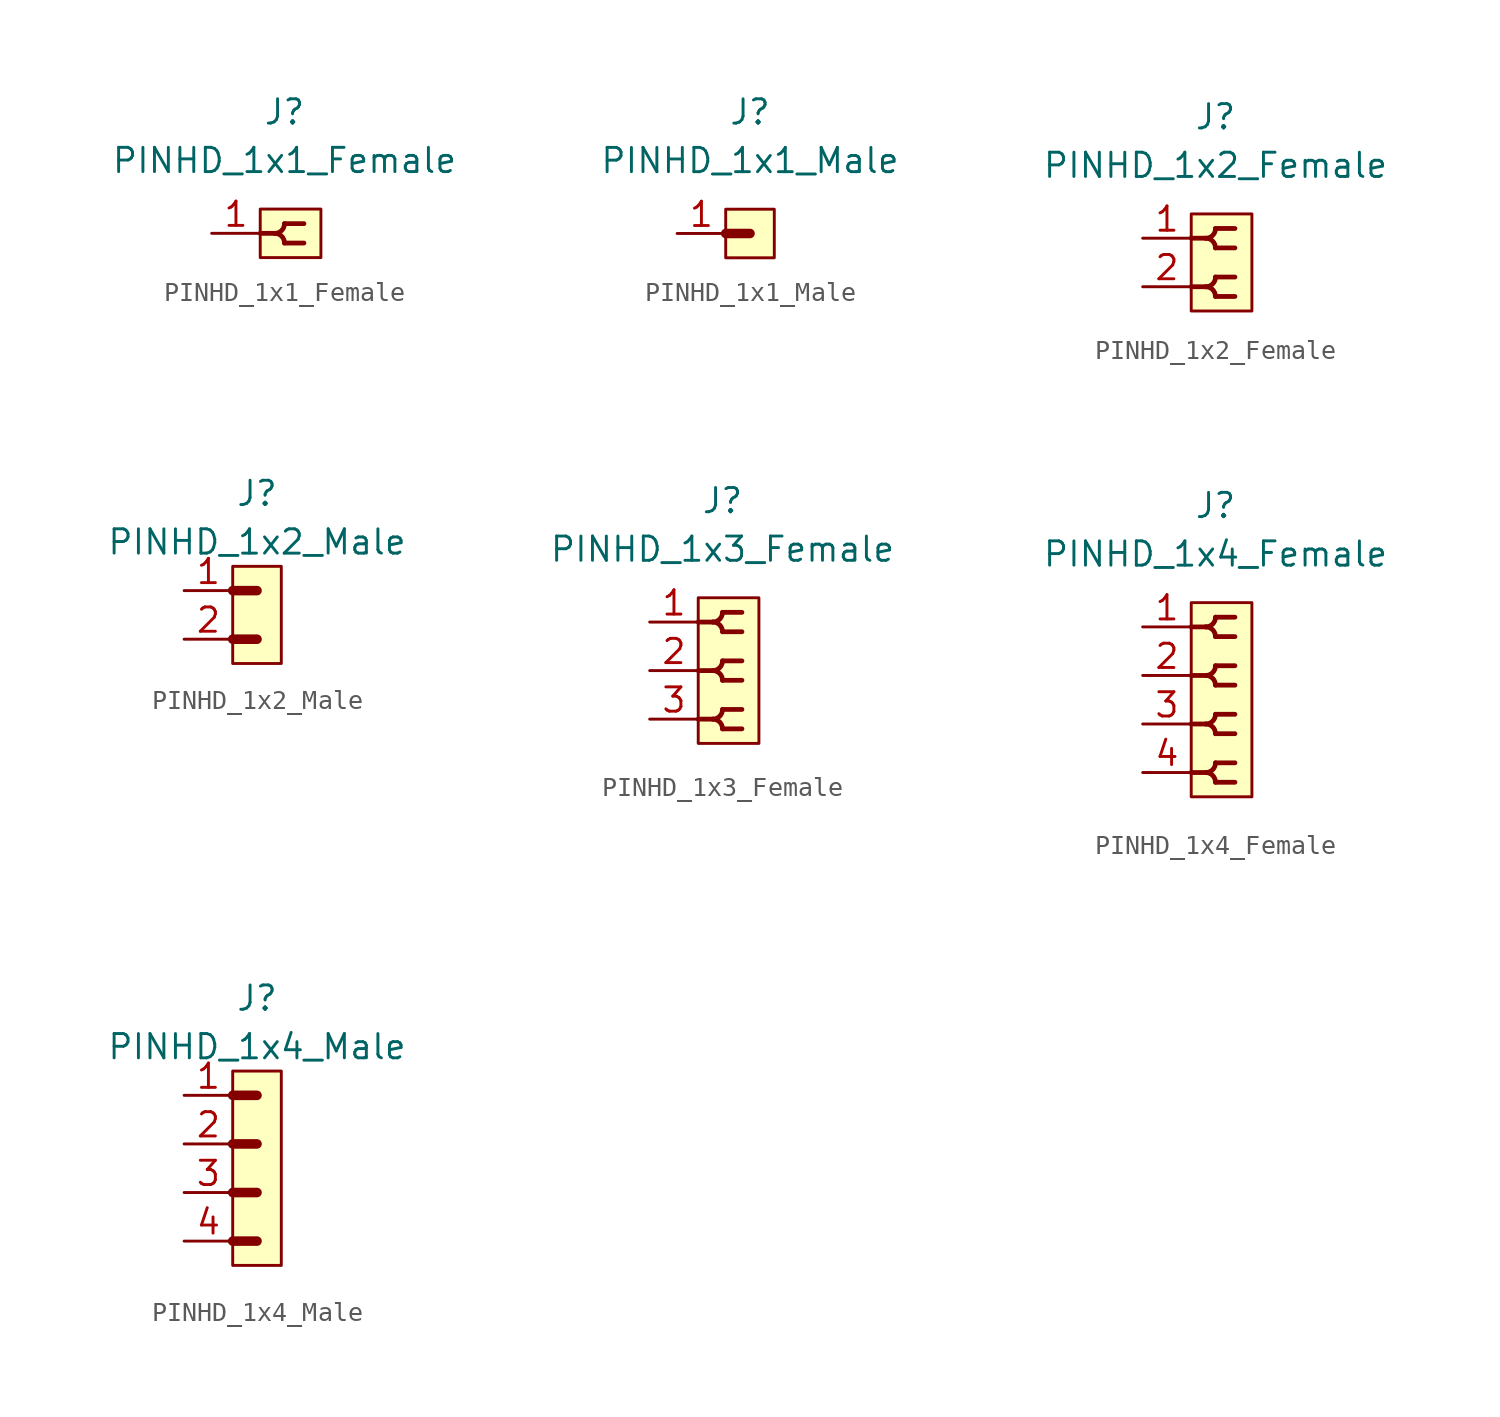
<source format=kicad_sym>
(kicad_symbol_lib
  (version 20211014)
  (generator kicad_symbol_editor)
  (symbol "PINHD_1x1_Female"
    (property "Reference" "J"
      (at 0 6.35 0)
      (effects (font (size 1.27 1.27))))
    (property "Value" "PINHD_1x1_Female"
      (at 0 3.81 0)
      (effects (font (size 1.27 1.27))))
    (symbol "PINHD_1x1_Female_0_1"
      (rectangle (start -1.27 1.27) (end 1.905 -1.27) (stroke (width 0) (type default) (color 0 0 0 0)) (fill (type background)))
      (arc (start -0.508 0) (mid 0.3592 -0.3592) (end 0 0.508) (stroke (width 0.25) (type default) (color 0 0 0 0)) (fill (type none)))
      (arc (start 0 -0.508) (mid 0.3592 0.3592) (end -0.508 0) (stroke (width 0.25) (type default) (color 0 0 0 0)) (fill (type none)))
      (polyline (pts (xy -1.27 0) (xy -0.508 0)) (stroke (width 0.25) (type default) (color 0 0 0 0)) (fill (type none)))
      (polyline (pts (xy 0 -0.508) (xy 1.016 -0.508)) (stroke (width 0.25) (type default) (color 0 0 0 0)) (fill (type none)))
      (polyline (pts (xy 0 0.508) (xy 1.016 0.508)) (stroke (width 0.25) (type default) (color 0 0 0 0)) (fill (type none))))
    (symbol "PINHD_1x1_Female_1_1"
      (pin passive line (at -3.81 0 0) (length 2.54) (name "" (effects (font (size 1.27 1.27)))) (number "1" (effects (font (size 1.27 1.27)))))))
  (symbol "PINHD_1x1_Male"
    (property "Reference" "J"
      (at 0 6.35 0)
      (effects (font (size 1.27 1.27))))
    (property "Value" "PINHD_1x1_Male"
      (at 0 3.81 0)
      (effects (font (size 1.27 1.27))))
    (symbol "PINHD_1x1_Male_0_1"
      (rectangle (start -1.27 1.27) (end 1.27 -1.27) (stroke (width 0) (type default) (color 0 0 0 0)) (fill (type background)))
      (polyline (pts (xy -1.27 0) (xy 0 0)) (stroke (width 0.3) (type default) (color 0 0 0 0)) (fill (type none)))
      (polyline (pts (xy -1.27 0) (xy 0 0)) (stroke (width 0.5) (type default) (color 0 0 0 0)) (fill (type none))))
    (symbol "PINHD_1x1_Male_1_1"
      (pin passive line (at -3.81 0 0) (length 2.54) (name "" (effects (font (size 1.27 1.27)))) (number "1" (effects (font (size 1.27 1.27)))))))
  (symbol "PINHD_1x2_Female"
    (property "Reference" "J"
      (at 0 7.62 0)
      (effects (font (size 1.27 1.27))))
    (property "Value" "PINHD_1x2_Female"
      (at 0 5.08 0)
      (effects (font (size 1.27 1.27))))
    (symbol "PINHD_1x2_Female_0_1"
      (rectangle (start -1.27 2.54) (end 1.905 -2.54) (stroke (width 0) (type default) (color 0 0 0 0)) (fill (type background)))
      (arc (start -0.508 -1.27) (mid 0.3592 -1.6292) (end 0 -0.762) (stroke (width 0.25) (type default) (color 0 0 0 0)) (fill (type none)))
      (arc (start -0.508 1.27) (mid 0.3592 0.9108) (end 0 1.778) (stroke (width 0.25) (type default) (color 0 0 0 0)) (fill (type none)))
      (arc (start 0 -1.778) (mid 0.3592 -0.9108) (end -0.508 -1.27) (stroke (width 0.25) (type default) (color 0 0 0 0)) (fill (type none)))
      (polyline (pts (xy -1.27 -1.27) (xy -0.508 -1.27)) (stroke (width 0.25) (type default) (color 0 0 0 0)) (fill (type none)))
      (polyline (pts (xy -1.27 1.27) (xy -0.508 1.27)) (stroke (width 0.25) (type default) (color 0 0 0 0)) (fill (type none)))
      (polyline (pts (xy 0 -1.778) (xy 1.016 -1.778)) (stroke (width 0.25) (type default) (color 0 0 0 0)) (fill (type none)))
      (polyline (pts (xy 0 -0.762) (xy 1.016 -0.762)) (stroke (width 0.25) (type default) (color 0 0 0 0)) (fill (type none)))
      (polyline (pts (xy 0 0.762) (xy 1.016 0.762)) (stroke (width 0.25) (type default) (color 0 0 0 0)) (fill (type none)))
      (polyline (pts (xy 0 1.778) (xy 1.016 1.778)) (stroke (width 0.25) (type default) (color 0 0 0 0)) (fill (type none)))
      (arc (start 0 0.762) (mid 0.3592 1.6292) (end -0.508 1.27) (stroke (width 0.25) (type default) (color 0 0 0 0)) (fill (type none))))
    (symbol "PINHD_1x2_Female_1_1"
      (pin passive line (at -3.81 1.27 0) (length 2.54) (name "" (effects (font (size 1.27 1.27)))) (number "1" (effects (font (size 1.27 1.27)))))
      (pin passive line (at -3.81 -1.27 0) (length 2.54) (name "" (effects (font (size 1.27 1.27)))) (number "2" (effects (font (size 1.27 1.27)))))))
  (symbol "PINHD_1x2_Male"
    (property "Reference" "J"
      (at 0 6.35 0)
      (effects (font (size 1.27 1.27))))
    (property "Value" "PINHD_1x2_Male"
      (at 0 3.81 0)
      (effects (font (size 1.27 1.27))))
    (symbol "PINHD_1x2_Male_0_1"
      (rectangle (start -1.27 2.54) (end 1.27 -2.54) (stroke (width 0) (type default) (color 0 0 0 0)) (fill (type background)))
      (polyline (pts (xy -1.27 -1.27) (xy 0 -1.27)) (stroke (width 0.3) (type default) (color 0 0 0 0)) (fill (type none)))
      (polyline (pts (xy -1.27 -1.27) (xy 0 -1.27)) (stroke (width 0.5) (type default) (color 0 0 0 0)) (fill (type none)))
      (polyline (pts (xy -1.27 1.27) (xy 0 1.27)) (stroke (width 0.3) (type default) (color 0 0 0 0)) (fill (type none)))
      (polyline (pts (xy -1.27 1.27) (xy 0 1.27)) (stroke (width 0.5) (type default) (color 0 0 0 0)) (fill (type none))))
    (symbol "PINHD_1x2_Male_1_1"
      (pin passive line (at -3.81 1.27 0) (length 2.54) (name "" (effects (font (size 1.27 1.27)))) (number "1" (effects (font (size 1.27 1.27)))))
      (pin passive line (at -3.81 -1.27 0) (length 2.54) (name "" (effects (font (size 1.27 1.27)))) (number "2" (effects (font (size 1.27 1.27)))))))
  (symbol "PINHD_1x3_Female"
    (property "Reference" "J"
      (at 0 8.89 0)
      (effects (font (size 1.27 1.27))))
    (property "Value" "PINHD_1x3_Female"
      (at 0 6.35 0)
      (effects (font (size 1.27 1.27))))
    (symbol "PINHD_1x3_Female_0_1"
      (rectangle (start -1.27 3.81) (end 1.905 -3.81) (stroke (width 0) (type default) (color 0 0 0 0)) (fill (type background)))
      (arc (start -0.508 -2.54) (mid 0.3592 -2.8992) (end 0 -2.032) (stroke (width 0.25) (type default) (color 0 0 0 0)) (fill (type none)))
      (arc (start -0.508 0) (mid 0.3592 -0.3592) (end 0 0.508) (stroke (width 0.25) (type default) (color 0 0 0 0)) (fill (type none)))
      (arc (start -0.508 2.54) (mid 0.3592 2.1808) (end 0 3.048) (stroke (width 0.25) (type default) (color 0 0 0 0)) (fill (type none)))
      (arc (start 0 -3.048) (mid 0.3592 -2.1808) (end -0.508 -2.54) (stroke (width 0.25) (type default) (color 0 0 0 0)) (fill (type none)))
      (arc (start 0 -0.508) (mid 0.3592 0.3592) (end -0.508 0) (stroke (width 0.25) (type default) (color 0 0 0 0)) (fill (type none)))
      (polyline (pts (xy -1.27 -2.54) (xy -0.508 -2.54)) (stroke (width 0.25) (type default) (color 0 0 0 0)) (fill (type none)))
      (polyline (pts (xy -1.27 0) (xy -0.508 0)) (stroke (width 0.25) (type default) (color 0 0 0 0)) (fill (type none)))
      (polyline (pts (xy -1.27 2.54) (xy -0.508 2.54)) (stroke (width 0.25) (type default) (color 0 0 0 0)) (fill (type none)))
      (polyline (pts (xy 0 -3.048) (xy 1.016 -3.048)) (stroke (width 0.25) (type default) (color 0 0 0 0)) (fill (type none)))
      (polyline (pts (xy 0 -2.032) (xy 1.016 -2.032)) (stroke (width 0.25) (type default) (color 0 0 0 0)) (fill (type none)))
      (polyline (pts (xy 0 -0.508) (xy 1.016 -0.508)) (stroke (width 0.25) (type default) (color 0 0 0 0)) (fill (type none)))
      (polyline (pts (xy 0 0.508) (xy 1.016 0.508)) (stroke (width 0.25) (type default) (color 0 0 0 0)) (fill (type none)))
      (polyline (pts (xy 0 2.032) (xy 1.016 2.032)) (stroke (width 0.25) (type default) (color 0 0 0 0)) (fill (type none)))
      (polyline (pts (xy 0 3.048) (xy 1.016 3.048)) (stroke (width 0.25) (type default) (color 0 0 0 0)) (fill (type none)))
      (arc (start 0 2.032) (mid 0.3592 2.8992) (end -0.508 2.54) (stroke (width 0.25) (type default) (color 0 0 0 0)) (fill (type none))))
    (symbol "PINHD_1x3_Female_1_1"
      (pin passive line (at -3.81 2.54 0) (length 2.54) (name "" (effects (font (size 1.27 1.27)))) (number "1" (effects (font (size 1.27 1.27)))))
      (pin passive line (at -3.81 0 0) (length 2.54) (name "" (effects (font (size 1.27 1.27)))) (number "2" (effects (font (size 1.27 1.27)))))
      (pin passive line (at -3.81 -2.54 0) (length 2.54) (name "" (effects (font (size 1.27 1.27)))) (number "3" (effects (font (size 1.27 1.27)))))))
  (symbol "PINHD_1x4_Female"
    (property "Reference" "J"
      (at 0 10.16 0)
      (effects (font (size 1.27 1.27))))
    (property "Value" "PINHD_1x4_Female"
      (at 0 7.62 0)
      (effects (font (size 1.27 1.27))))
    (symbol "PINHD_1x4_Female_0_1"
      (rectangle (start -1.27 5.08) (end 1.905 -5.08) (stroke (width 0) (type default) (color 0 0 0 0)) (fill (type background)))
      (arc (start -0.508 -3.81) (mid 0.3592 -4.1692) (end 0 -3.302) (stroke (width 0.25) (type default) (color 0 0 0 0)) (fill (type none)))
      (arc (start -0.508 -1.27) (mid 0.3592 -1.6292) (end 0 -0.762) (stroke (width 0.25) (type default) (color 0 0 0 0)) (fill (type none)))
      (arc (start -0.508 1.27) (mid 0.3592 0.9108) (end 0 1.778) (stroke (width 0.25) (type default) (color 0 0 0 0)) (fill (type none)))
      (arc (start -0.508 3.81) (mid 0.3592 3.4508) (end 0 4.318) (stroke (width 0.25) (type default) (color 0 0 0 0)) (fill (type none)))
      (arc (start 0 -4.318) (mid 0.3592 -3.4508) (end -0.508 -3.81) (stroke (width 0.25) (type default) (color 0 0 0 0)) (fill (type none)))
      (arc (start 0 -1.778) (mid 0.3592 -0.9108) (end -0.508 -1.27) (stroke (width 0.25) (type default) (color 0 0 0 0)) (fill (type none)))
      (polyline (pts (xy -1.27 -3.81) (xy -0.508 -3.81)) (stroke (width 0.25) (type default) (color 0 0 0 0)) (fill (type none)))
      (polyline (pts (xy -1.27 -1.27) (xy -0.508 -1.27)) (stroke (width 0.25) (type default) (color 0 0 0 0)) (fill (type none)))
      (polyline (pts (xy -1.27 1.27) (xy -0.508 1.27)) (stroke (width 0.25) (type default) (color 0 0 0 0)) (fill (type none)))
      (polyline (pts (xy -1.27 3.81) (xy -0.508 3.81)) (stroke (width 0.25) (type default) (color 0 0 0 0)) (fill (type none)))
      (polyline (pts (xy 0 -4.318) (xy 1.016 -4.318)) (stroke (width 0.25) (type default) (color 0 0 0 0)) (fill (type none)))
      (polyline (pts (xy 0 -3.302) (xy 1.016 -3.302)) (stroke (width 0.25) (type default) (color 0 0 0 0)) (fill (type none)))
      (polyline (pts (xy 0 -1.778) (xy 1.016 -1.778)) (stroke (width 0.25) (type default) (color 0 0 0 0)) (fill (type none)))
      (polyline (pts (xy 0 -0.762) (xy 1.016 -0.762)) (stroke (width 0.25) (type default) (color 0 0 0 0)) (fill (type none)))
      (polyline (pts (xy 0 0.762) (xy 1.016 0.762)) (stroke (width 0.25) (type default) (color 0 0 0 0)) (fill (type none)))
      (polyline (pts (xy 0 1.778) (xy 1.016 1.778)) (stroke (width 0.25) (type default) (color 0 0 0 0)) (fill (type none)))
      (polyline (pts (xy 0 3.302) (xy 1.016 3.302)) (stroke (width 0.25) (type default) (color 0 0 0 0)) (fill (type none)))
      (polyline (pts (xy 0 4.318) (xy 1.016 4.318)) (stroke (width 0.25) (type default) (color 0 0 0 0)) (fill (type none)))
      (arc (start 0 0.762) (mid 0.3592 1.6292) (end -0.508 1.27) (stroke (width 0.25) (type default) (color 0 0 0 0)) (fill (type none)))
      (arc (start 0 3.302) (mid 0.3592 4.1692) (end -0.508 3.81) (stroke (width 0.25) (type default) (color 0 0 0 0)) (fill (type none))))
    (symbol "PINHD_1x4_Female_1_1"
      (pin passive line (at -3.81 3.81 0) (length 2.54) (name "" (effects (font (size 1.27 1.27)))) (number "1" (effects (font (size 1.27 1.27)))))
      (pin passive line (at -3.81 1.27 0) (length 2.54) (name "" (effects (font (size 1.27 1.27)))) (number "2" (effects (font (size 1.27 1.27)))))
      (pin passive line (at -3.81 -1.27 0) (length 2.54) (name "" (effects (font (size 1.27 1.27)))) (number "3" (effects (font (size 1.27 1.27)))))
      (pin passive line (at -3.81 -3.81 0) (length 2.54) (name "" (effects (font (size 1.27 1.27)))) (number "4" (effects (font (size 1.27 1.27)))))))
  (symbol "PINHD_1x4_Male"
    (property "Reference" "J"
      (at 0 8.89 0)
      (effects (font (size 1.27 1.27))))
    (property "Value" "PINHD_1x4_Male"
      (at 0 6.35 0)
      (effects (font (size 1.27 1.27))))
    (symbol "PINHD_1x4_Male_0_1"
      (rectangle (start -1.27 5.08) (end 1.27 -5.08) (stroke (width 0) (type default) (color 0 0 0 0)) (fill (type background)))
      (polyline (pts (xy -1.27 -3.81) (xy 0 -3.81)) (stroke (width 0.3) (type default) (color 0 0 0 0)) (fill (type none)))
      (polyline (pts (xy -1.27 -3.81) (xy 0 -3.81)) (stroke (width 0.5) (type default) (color 0 0 0 0)) (fill (type none)))
      (polyline (pts (xy -1.27 -1.27) (xy 0 -1.27)) (stroke (width 0.3) (type default) (color 0 0 0 0)) (fill (type none)))
      (polyline (pts (xy -1.27 -1.27) (xy 0 -1.27)) (stroke (width 0.5) (type default) (color 0 0 0 0)) (fill (type none)))
      (polyline (pts (xy -1.27 1.27) (xy 0 1.27)) (stroke (width 0.3) (type default) (color 0 0 0 0)) (fill (type none)))
      (polyline (pts (xy -1.27 1.27) (xy 0 1.27)) (stroke (width 0.5) (type default) (color 0 0 0 0)) (fill (type none)))
      (polyline (pts (xy -1.27 3.81) (xy 0 3.81)) (stroke (width 0.3) (type default) (color 0 0 0 0)) (fill (type none)))
      (polyline (pts (xy -1.27 3.81) (xy 0 3.81)) (stroke (width 0.5) (type default) (color 0 0 0 0)) (fill (type none))))
    (symbol "PINHD_1x4_Male_1_1"
      (pin passive line (at -3.81 3.81 0) (length 2.54) (name "" (effects (font (size 1.27 1.27)))) (number "1" (effects (font (size 1.27 1.27)))))
      (pin passive line (at -3.81 1.27 0) (length 2.54) (name "" (effects (font (size 1.27 1.27)))) (number "2" (effects (font (size 1.27 1.27)))))
      (pin passive line (at -3.81 -1.27 0) (length 2.54) (name "" (effects (font (size 1.27 1.27)))) (number "3" (effects (font (size 1.27 1.27)))))
      (pin passive line (at -3.81 -3.81 0) (length 2.54) (name "" (effects (font (size 1.27 1.27)))) (number "4" (effects (font (size 1.27 1.27))))))))
</source>
